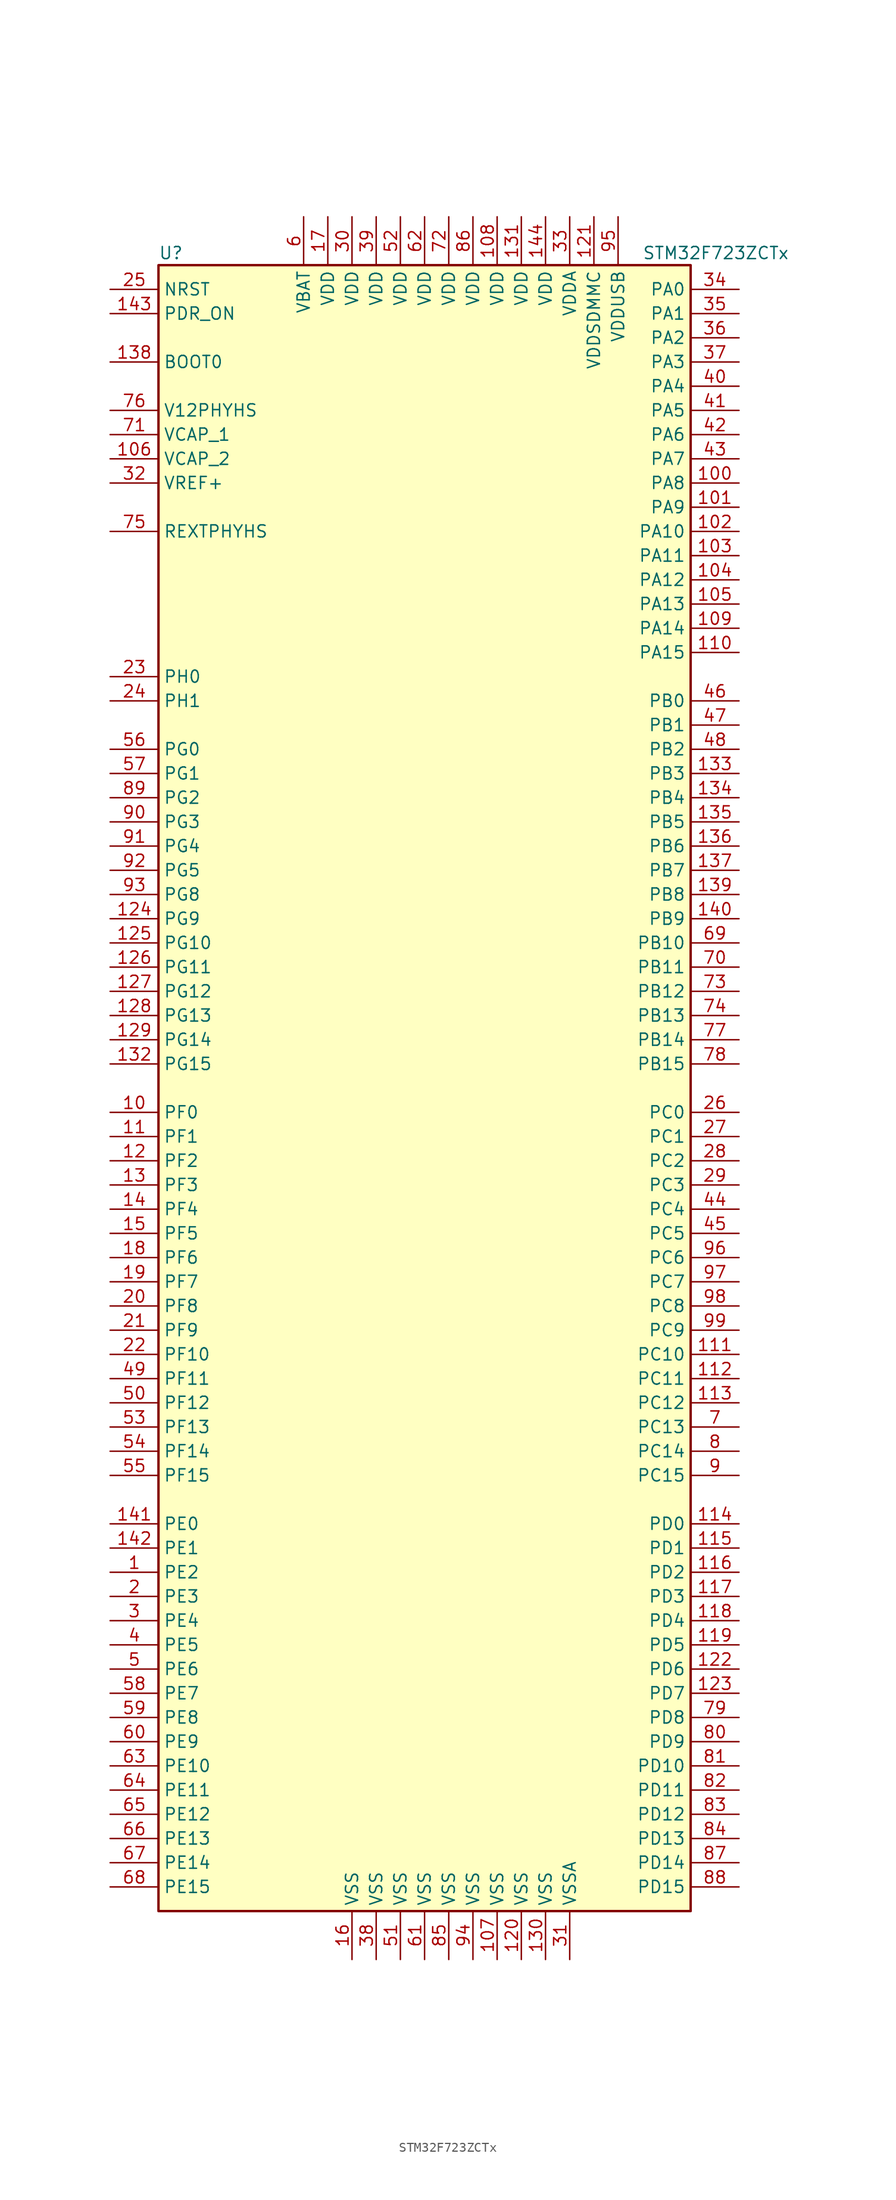
<source format=kicad_sym>
(kicad_symbol_lib
  (version 20220914)
  (generator kicad_symbol_editor)
  (symbol "STM32F723ZCTx"
    (property "Reference" "U"
      (at -27.94 87.63 0)
      (effects (font (size 1.27 1.27)) (justify left)))
    (property "Value" "STM32F723ZCTx"
      (at 22.86 87.63 0)
      (effects (font (size 1.27 1.27)) (justify left)))
    (symbol "STM32F723ZCTx_0_1"
      (rectangle (start -27.94 -86.36) (end 27.94 86.36) (stroke (width 0.254) (type default)) (fill (type background))))
    (symbol "STM32F723ZCTx_1_1"
      (pin bidirectional line (at -33.02 -50.8 0) (length 5.08) (name "PE2" (effects (font (size 1.27 1.27)))) (number "1" (effects (font (size 1.27 1.27)))))
      (pin bidirectional line (at -33.02 -2.54 0) (length 5.08) (name "PF0" (effects (font (size 1.27 1.27)))) (number "10" (effects (font (size 1.27 1.27)))))
      (pin bidirectional line (at 33.02 63.5 180) (length 5.08) (name "PA8" (effects (font (size 1.27 1.27)))) (number "100" (effects (font (size 1.27 1.27)))))
      (pin bidirectional line (at 33.02 60.96 180) (length 5.08) (name "PA9" (effects (font (size 1.27 1.27)))) (number "101" (effects (font (size 1.27 1.27)))))
      (pin bidirectional line (at 33.02 58.42 180) (length 5.08) (name "PA10" (effects (font (size 1.27 1.27)))) (number "102" (effects (font (size 1.27 1.27)))))
      (pin bidirectional line (at 33.02 55.88 180) (length 5.08) (name "PA11" (effects (font (size 1.27 1.27)))) (number "103" (effects (font (size 1.27 1.27)))))
      (pin bidirectional line (at 33.02 53.34 180) (length 5.08) (name "PA12" (effects (font (size 1.27 1.27)))) (number "104" (effects (font (size 1.27 1.27)))))
      (pin bidirectional line (at 33.02 50.8 180) (length 5.08) (name "PA13" (effects (font (size 1.27 1.27)))) (number "105" (effects (font (size 1.27 1.27)))))
      (pin power_in line (at -33.02 66.04 0) (length 5.08) (name "VCAP_2" (effects (font (size 1.27 1.27)))) (number "106" (effects (font (size 1.27 1.27)))))
      (pin power_in line (at 7.62 -91.44 90) (length 5.08) (name "VSS" (effects (font (size 1.27 1.27)))) (number "107" (effects (font (size 1.27 1.27)))))
      (pin power_in line (at 7.62 91.44 270) (length 5.08) (name "VDD" (effects (font (size 1.27 1.27)))) (number "108" (effects (font (size 1.27 1.27)))))
      (pin bidirectional line (at 33.02 48.26 180) (length 5.08) (name "PA14" (effects (font (size 1.27 1.27)))) (number "109" (effects (font (size 1.27 1.27)))))
      (pin bidirectional line (at -33.02 -5.08 0) (length 5.08) (name "PF1" (effects (font (size 1.27 1.27)))) (number "11" (effects (font (size 1.27 1.27)))))
      (pin bidirectional line (at 33.02 45.72 180) (length 5.08) (name "PA15" (effects (font (size 1.27 1.27)))) (number "110" (effects (font (size 1.27 1.27)))))
      (pin bidirectional line (at 33.02 -27.94 180) (length 5.08) (name "PC10" (effects (font (size 1.27 1.27)))) (number "111" (effects (font (size 1.27 1.27)))))
      (pin bidirectional line (at 33.02 -30.48 180) (length 5.08) (name "PC11" (effects (font (size 1.27 1.27)))) (number "112" (effects (font (size 1.27 1.27)))))
      (pin bidirectional line (at 33.02 -33.02 180) (length 5.08) (name "PC12" (effects (font (size 1.27 1.27)))) (number "113" (effects (font (size 1.27 1.27)))))
      (pin bidirectional line (at 33.02 -45.72 180) (length 5.08) (name "PD0" (effects (font (size 1.27 1.27)))) (number "114" (effects (font (size 1.27 1.27)))))
      (pin bidirectional line (at 33.02 -48.26 180) (length 5.08) (name "PD1" (effects (font (size 1.27 1.27)))) (number "115" (effects (font (size 1.27 1.27)))))
      (pin bidirectional line (at 33.02 -50.8 180) (length 5.08) (name "PD2" (effects (font (size 1.27 1.27)))) (number "116" (effects (font (size 1.27 1.27)))))
      (pin bidirectional line (at 33.02 -53.34 180) (length 5.08) (name "PD3" (effects (font (size 1.27 1.27)))) (number "117" (effects (font (size 1.27 1.27)))))
      (pin bidirectional line (at 33.02 -55.88 180) (length 5.08) (name "PD4" (effects (font (size 1.27 1.27)))) (number "118" (effects (font (size 1.27 1.27)))))
      (pin bidirectional line (at 33.02 -58.42 180) (length 5.08) (name "PD5" (effects (font (size 1.27 1.27)))) (number "119" (effects (font (size 1.27 1.27)))))
      (pin bidirectional line (at -33.02 -7.62 0) (length 5.08) (name "PF2" (effects (font (size 1.27 1.27)))) (number "12" (effects (font (size 1.27 1.27)))))
      (pin power_in line (at 10.16 -91.44 90) (length 5.08) (name "VSS" (effects (font (size 1.27 1.27)))) (number "120" (effects (font (size 1.27 1.27)))))
      (pin power_in line (at 17.78 91.44 270) (length 5.08) (name "VDDSDMMC" (effects (font (size 1.27 1.27)))) (number "121" (effects (font (size 1.27 1.27)))))
      (pin bidirectional line (at 33.02 -60.96 180) (length 5.08) (name "PD6" (effects (font (size 1.27 1.27)))) (number "122" (effects (font (size 1.27 1.27)))))
      (pin bidirectional line (at 33.02 -63.5 180) (length 5.08) (name "PD7" (effects (font (size 1.27 1.27)))) (number "123" (effects (font (size 1.27 1.27)))))
      (pin bidirectional line (at -33.02 17.78 0) (length 5.08) (name "PG9" (effects (font (size 1.27 1.27)))) (number "124" (effects (font (size 1.27 1.27)))))
      (pin bidirectional line (at -33.02 15.24 0) (length 5.08) (name "PG10" (effects (font (size 1.27 1.27)))) (number "125" (effects (font (size 1.27 1.27)))))
      (pin bidirectional line (at -33.02 12.7 0) (length 5.08) (name "PG11" (effects (font (size 1.27 1.27)))) (number "126" (effects (font (size 1.27 1.27)))))
      (pin bidirectional line (at -33.02 10.16 0) (length 5.08) (name "PG12" (effects (font (size 1.27 1.27)))) (number "127" (effects (font (size 1.27 1.27)))))
      (pin bidirectional line (at -33.02 7.62 0) (length 5.08) (name "PG13" (effects (font (size 1.27 1.27)))) (number "128" (effects (font (size 1.27 1.27)))))
      (pin bidirectional line (at -33.02 5.08 0) (length 5.08) (name "PG14" (effects (font (size 1.27 1.27)))) (number "129" (effects (font (size 1.27 1.27)))))
      (pin bidirectional line (at -33.02 -10.16 0) (length 5.08) (name "PF3" (effects (font (size 1.27 1.27)))) (number "13" (effects (font (size 1.27 1.27)))))
      (pin power_in line (at 12.7 -91.44 90) (length 5.08) (name "VSS" (effects (font (size 1.27 1.27)))) (number "130" (effects (font (size 1.27 1.27)))))
      (pin power_in line (at 10.16 91.44 270) (length 5.08) (name "VDD" (effects (font (size 1.27 1.27)))) (number "131" (effects (font (size 1.27 1.27)))))
      (pin bidirectional line (at -33.02 2.54 0) (length 5.08) (name "PG15" (effects (font (size 1.27 1.27)))) (number "132" (effects (font (size 1.27 1.27)))))
      (pin bidirectional line (at 33.02 33.02 180) (length 5.08) (name "PB3" (effects (font (size 1.27 1.27)))) (number "133" (effects (font (size 1.27 1.27)))))
      (pin bidirectional line (at 33.02 30.48 180) (length 5.08) (name "PB4" (effects (font (size 1.27 1.27)))) (number "134" (effects (font (size 1.27 1.27)))))
      (pin bidirectional line (at 33.02 27.94 180) (length 5.08) (name "PB5" (effects (font (size 1.27 1.27)))) (number "135" (effects (font (size 1.27 1.27)))))
      (pin bidirectional line (at 33.02 25.4 180) (length 5.08) (name "PB6" (effects (font (size 1.27 1.27)))) (number "136" (effects (font (size 1.27 1.27)))))
      (pin bidirectional line (at 33.02 22.86 180) (length 5.08) (name "PB7" (effects (font (size 1.27 1.27)))) (number "137" (effects (font (size 1.27 1.27)))))
      (pin input line (at -33.02 76.2 0) (length 5.08) (name "BOOT0" (effects (font (size 1.27 1.27)))) (number "138" (effects (font (size 1.27 1.27)))))
      (pin bidirectional line (at 33.02 20.32 180) (length 5.08) (name "PB8" (effects (font (size 1.27 1.27)))) (number "139" (effects (font (size 1.27 1.27)))))
      (pin bidirectional line (at -33.02 -12.7 0) (length 5.08) (name "PF4" (effects (font (size 1.27 1.27)))) (number "14" (effects (font (size 1.27 1.27)))))
      (pin bidirectional line (at 33.02 17.78 180) (length 5.08) (name "PB9" (effects (font (size 1.27 1.27)))) (number "140" (effects (font (size 1.27 1.27)))))
      (pin bidirectional line (at -33.02 -45.72 0) (length 5.08) (name "PE0" (effects (font (size 1.27 1.27)))) (number "141" (effects (font (size 1.27 1.27)))))
      (pin bidirectional line (at -33.02 -48.26 0) (length 5.08) (name "PE1" (effects (font (size 1.27 1.27)))) (number "142" (effects (font (size 1.27 1.27)))))
      (pin input line (at -33.02 81.28 0) (length 5.08) (name "PDR_ON" (effects (font (size 1.27 1.27)))) (number "143" (effects (font (size 1.27 1.27)))))
      (pin power_in line (at 12.7 91.44 270) (length 5.08) (name "VDD" (effects (font (size 1.27 1.27)))) (number "144" (effects (font (size 1.27 1.27)))))
      (pin bidirectional line (at -33.02 -15.24 0) (length 5.08) (name "PF5" (effects (font (size 1.27 1.27)))) (number "15" (effects (font (size 1.27 1.27)))))
      (pin power_in line (at -7.62 -91.44 90) (length 5.08) (name "VSS" (effects (font (size 1.27 1.27)))) (number "16" (effects (font (size 1.27 1.27)))))
      (pin power_in line (at -10.16 91.44 270) (length 5.08) (name "VDD" (effects (font (size 1.27 1.27)))) (number "17" (effects (font (size 1.27 1.27)))))
      (pin bidirectional line (at -33.02 -17.78 0) (length 5.08) (name "PF6" (effects (font (size 1.27 1.27)))) (number "18" (effects (font (size 1.27 1.27)))))
      (pin bidirectional line (at -33.02 -20.32 0) (length 5.08) (name "PF7" (effects (font (size 1.27 1.27)))) (number "19" (effects (font (size 1.27 1.27)))))
      (pin bidirectional line (at -33.02 -53.34 0) (length 5.08) (name "PE3" (effects (font (size 1.27 1.27)))) (number "2" (effects (font (size 1.27 1.27)))))
      (pin bidirectional line (at -33.02 -22.86 0) (length 5.08) (name "PF8" (effects (font (size 1.27 1.27)))) (number "20" (effects (font (size 1.27 1.27)))))
      (pin bidirectional line (at -33.02 -25.4 0) (length 5.08) (name "PF9" (effects (font (size 1.27 1.27)))) (number "21" (effects (font (size 1.27 1.27)))))
      (pin bidirectional line (at -33.02 -27.94 0) (length 5.08) (name "PF10" (effects (font (size 1.27 1.27)))) (number "22" (effects (font (size 1.27 1.27)))))
      (pin input line (at -33.02 43.18 0) (length 5.08) (name "PH0" (effects (font (size 1.27 1.27)))) (number "23" (effects (font (size 1.27 1.27)))))
      (pin input line (at -33.02 40.64 0) (length 5.08) (name "PH1" (effects (font (size 1.27 1.27)))) (number "24" (effects (font (size 1.27 1.27)))))
      (pin input line (at -33.02 83.82 0) (length 5.08) (name "NRST" (effects (font (size 1.27 1.27)))) (number "25" (effects (font (size 1.27 1.27)))))
      (pin bidirectional line (at 33.02 -2.54 180) (length 5.08) (name "PC0" (effects (font (size 1.27 1.27)))) (number "26" (effects (font (size 1.27 1.27)))))
      (pin bidirectional line (at 33.02 -5.08 180) (length 5.08) (name "PC1" (effects (font (size 1.27 1.27)))) (number "27" (effects (font (size 1.27 1.27)))))
      (pin bidirectional line (at 33.02 -7.62 180) (length 5.08) (name "PC2" (effects (font (size 1.27 1.27)))) (number "28" (effects (font (size 1.27 1.27)))))
      (pin bidirectional line (at 33.02 -10.16 180) (length 5.08) (name "PC3" (effects (font (size 1.27 1.27)))) (number "29" (effects (font (size 1.27 1.27)))))
      (pin bidirectional line (at -33.02 -55.88 0) (length 5.08) (name "PE4" (effects (font (size 1.27 1.27)))) (number "3" (effects (font (size 1.27 1.27)))))
      (pin power_in line (at -7.62 91.44 270) (length 5.08) (name "VDD" (effects (font (size 1.27 1.27)))) (number "30" (effects (font (size 1.27 1.27)))))
      (pin power_in line (at 15.24 -91.44 90) (length 5.08) (name "VSSA" (effects (font (size 1.27 1.27)))) (number "31" (effects (font (size 1.27 1.27)))))
      (pin power_in line (at -33.02 63.5 0) (length 5.08) (name "VREF+" (effects (font (size 1.27 1.27)))) (number "32" (effects (font (size 1.27 1.27)))))
      (pin power_in line (at 15.24 91.44 270) (length 5.08) (name "VDDA" (effects (font (size 1.27 1.27)))) (number "33" (effects (font (size 1.27 1.27)))))
      (pin bidirectional line (at 33.02 83.82 180) (length 5.08) (name "PA0" (effects (font (size 1.27 1.27)))) (number "34" (effects (font (size 1.27 1.27)))))
      (pin bidirectional line (at 33.02 81.28 180) (length 5.08) (name "PA1" (effects (font (size 1.27 1.27)))) (number "35" (effects (font (size 1.27 1.27)))))
      (pin bidirectional line (at 33.02 78.74 180) (length 5.08) (name "PA2" (effects (font (size 1.27 1.27)))) (number "36" (effects (font (size 1.27 1.27)))))
      (pin bidirectional line (at 33.02 76.2 180) (length 5.08) (name "PA3" (effects (font (size 1.27 1.27)))) (number "37" (effects (font (size 1.27 1.27)))))
      (pin power_in line (at -5.08 -91.44 90) (length 5.08) (name "VSS" (effects (font (size 1.27 1.27)))) (number "38" (effects (font (size 1.27 1.27)))))
      (pin power_in line (at -5.08 91.44 270) (length 5.08) (name "VDD" (effects (font (size 1.27 1.27)))) (number "39" (effects (font (size 1.27 1.27)))))
      (pin bidirectional line (at -33.02 -58.42 0) (length 5.08) (name "PE5" (effects (font (size 1.27 1.27)))) (number "4" (effects (font (size 1.27 1.27)))))
      (pin bidirectional line (at 33.02 73.66 180) (length 5.08) (name "PA4" (effects (font (size 1.27 1.27)))) (number "40" (effects (font (size 1.27 1.27)))))
      (pin bidirectional line (at 33.02 71.12 180) (length 5.08) (name "PA5" (effects (font (size 1.27 1.27)))) (number "41" (effects (font (size 1.27 1.27)))))
      (pin bidirectional line (at 33.02 68.58 180) (length 5.08) (name "PA6" (effects (font (size 1.27 1.27)))) (number "42" (effects (font (size 1.27 1.27)))))
      (pin bidirectional line (at 33.02 66.04 180) (length 5.08) (name "PA7" (effects (font (size 1.27 1.27)))) (number "43" (effects (font (size 1.27 1.27)))))
      (pin bidirectional line (at 33.02 -12.7 180) (length 5.08) (name "PC4" (effects (font (size 1.27 1.27)))) (number "44" (effects (font (size 1.27 1.27)))))
      (pin bidirectional line (at 33.02 -15.24 180) (length 5.08) (name "PC5" (effects (font (size 1.27 1.27)))) (number "45" (effects (font (size 1.27 1.27)))))
      (pin bidirectional line (at 33.02 40.64 180) (length 5.08) (name "PB0" (effects (font (size 1.27 1.27)))) (number "46" (effects (font (size 1.27 1.27)))))
      (pin bidirectional line (at 33.02 38.1 180) (length 5.08) (name "PB1" (effects (font (size 1.27 1.27)))) (number "47" (effects (font (size 1.27 1.27)))))
      (pin bidirectional line (at 33.02 35.56 180) (length 5.08) (name "PB2" (effects (font (size 1.27 1.27)))) (number "48" (effects (font (size 1.27 1.27)))))
      (pin bidirectional line (at -33.02 -30.48 0) (length 5.08) (name "PF11" (effects (font (size 1.27 1.27)))) (number "49" (effects (font (size 1.27 1.27)))))
      (pin bidirectional line (at -33.02 -60.96 0) (length 5.08) (name "PE6" (effects (font (size 1.27 1.27)))) (number "5" (effects (font (size 1.27 1.27)))))
      (pin bidirectional line (at -33.02 -33.02 0) (length 5.08) (name "PF12" (effects (font (size 1.27 1.27)))) (number "50" (effects (font (size 1.27 1.27)))))
      (pin power_in line (at -2.54 -91.44 90) (length 5.08) (name "VSS" (effects (font (size 1.27 1.27)))) (number "51" (effects (font (size 1.27 1.27)))))
      (pin power_in line (at -2.54 91.44 270) (length 5.08) (name "VDD" (effects (font (size 1.27 1.27)))) (number "52" (effects (font (size 1.27 1.27)))))
      (pin bidirectional line (at -33.02 -35.56 0) (length 5.08) (name "PF13" (effects (font (size 1.27 1.27)))) (number "53" (effects (font (size 1.27 1.27)))))
      (pin bidirectional line (at -33.02 -38.1 0) (length 5.08) (name "PF14" (effects (font (size 1.27 1.27)))) (number "54" (effects (font (size 1.27 1.27)))))
      (pin bidirectional line (at -33.02 -40.64 0) (length 5.08) (name "PF15" (effects (font (size 1.27 1.27)))) (number "55" (effects (font (size 1.27 1.27)))))
      (pin bidirectional line (at -33.02 35.56 0) (length 5.08) (name "PG0" (effects (font (size 1.27 1.27)))) (number "56" (effects (font (size 1.27 1.27)))))
      (pin bidirectional line (at -33.02 33.02 0) (length 5.08) (name "PG1" (effects (font (size 1.27 1.27)))) (number "57" (effects (font (size 1.27 1.27)))))
      (pin bidirectional line (at -33.02 -63.5 0) (length 5.08) (name "PE7" (effects (font (size 1.27 1.27)))) (number "58" (effects (font (size 1.27 1.27)))))
      (pin bidirectional line (at -33.02 -66.04 0) (length 5.08) (name "PE8" (effects (font (size 1.27 1.27)))) (number "59" (effects (font (size 1.27 1.27)))))
      (pin power_in line (at -12.7 91.44 270) (length 5.08) (name "VBAT" (effects (font (size 1.27 1.27)))) (number "6" (effects (font (size 1.27 1.27)))))
      (pin bidirectional line (at -33.02 -68.58 0) (length 5.08) (name "PE9" (effects (font (size 1.27 1.27)))) (number "60" (effects (font (size 1.27 1.27)))))
      (pin power_in line (at 0 -91.44 90) (length 5.08) (name "VSS" (effects (font (size 1.27 1.27)))) (number "61" (effects (font (size 1.27 1.27)))))
      (pin power_in line (at 0 91.44 270) (length 5.08) (name "VDD" (effects (font (size 1.27 1.27)))) (number "62" (effects (font (size 1.27 1.27)))))
      (pin bidirectional line (at -33.02 -71.12 0) (length 5.08) (name "PE10" (effects (font (size 1.27 1.27)))) (number "63" (effects (font (size 1.27 1.27)))))
      (pin bidirectional line (at -33.02 -73.66 0) (length 5.08) (name "PE11" (effects (font (size 1.27 1.27)))) (number "64" (effects (font (size 1.27 1.27)))))
      (pin bidirectional line (at -33.02 -76.2 0) (length 5.08) (name "PE12" (effects (font (size 1.27 1.27)))) (number "65" (effects (font (size 1.27 1.27)))))
      (pin bidirectional line (at -33.02 -78.74 0) (length 5.08) (name "PE13" (effects (font (size 1.27 1.27)))) (number "66" (effects (font (size 1.27 1.27)))))
      (pin bidirectional line (at -33.02 -81.28 0) (length 5.08) (name "PE14" (effects (font (size 1.27 1.27)))) (number "67" (effects (font (size 1.27 1.27)))))
      (pin bidirectional line (at -33.02 -83.82 0) (length 5.08) (name "PE15" (effects (font (size 1.27 1.27)))) (number "68" (effects (font (size 1.27 1.27)))))
      (pin bidirectional line (at 33.02 15.24 180) (length 5.08) (name "PB10" (effects (font (size 1.27 1.27)))) (number "69" (effects (font (size 1.27 1.27)))))
      (pin bidirectional line (at 33.02 -35.56 180) (length 5.08) (name "PC13" (effects (font (size 1.27 1.27)))) (number "7" (effects (font (size 1.27 1.27)))))
      (pin bidirectional line (at 33.02 12.7 180) (length 5.08) (name "PB11" (effects (font (size 1.27 1.27)))) (number "70" (effects (font (size 1.27 1.27)))))
      (pin power_in line (at -33.02 68.58 0) (length 5.08) (name "VCAP_1" (effects (font (size 1.27 1.27)))) (number "71" (effects (font (size 1.27 1.27)))))
      (pin power_in line (at 2.54 91.44 270) (length 5.08) (name "VDD" (effects (font (size 1.27 1.27)))) (number "72" (effects (font (size 1.27 1.27)))))
      (pin bidirectional line (at 33.02 10.16 180) (length 5.08) (name "PB12" (effects (font (size 1.27 1.27)))) (number "73" (effects (font (size 1.27 1.27)))))
      (pin bidirectional line (at 33.02 7.62 180) (length 5.08) (name "PB13" (effects (font (size 1.27 1.27)))) (number "74" (effects (font (size 1.27 1.27)))))
      (pin bidirectional line (at -33.02 58.42 0) (length 5.08) (name "REXTPHYHS" (effects (font (size 1.27 1.27)))) (number "75" (effects (font (size 1.27 1.27)))))
      (pin power_in line (at -33.02 71.12 0) (length 5.08) (name "V12PHYHS" (effects (font (size 1.27 1.27)))) (number "76" (effects (font (size 1.27 1.27)))))
      (pin bidirectional line (at 33.02 5.08 180) (length 5.08) (name "PB14" (effects (font (size 1.27 1.27)))) (number "77" (effects (font (size 1.27 1.27)))))
      (pin bidirectional line (at 33.02 2.54 180) (length 5.08) (name "PB15" (effects (font (size 1.27 1.27)))) (number "78" (effects (font (size 1.27 1.27)))))
      (pin bidirectional line (at 33.02 -66.04 180) (length 5.08) (name "PD8" (effects (font (size 1.27 1.27)))) (number "79" (effects (font (size 1.27 1.27)))))
      (pin bidirectional line (at 33.02 -38.1 180) (length 5.08) (name "PC14" (effects (font (size 1.27 1.27)))) (number "8" (effects (font (size 1.27 1.27)))))
      (pin bidirectional line (at 33.02 -68.58 180) (length 5.08) (name "PD9" (effects (font (size 1.27 1.27)))) (number "80" (effects (font (size 1.27 1.27)))))
      (pin bidirectional line (at 33.02 -71.12 180) (length 5.08) (name "PD10" (effects (font (size 1.27 1.27)))) (number "81" (effects (font (size 1.27 1.27)))))
      (pin bidirectional line (at 33.02 -73.66 180) (length 5.08) (name "PD11" (effects (font (size 1.27 1.27)))) (number "82" (effects (font (size 1.27 1.27)))))
      (pin bidirectional line (at 33.02 -76.2 180) (length 5.08) (name "PD12" (effects (font (size 1.27 1.27)))) (number "83" (effects (font (size 1.27 1.27)))))
      (pin bidirectional line (at 33.02 -78.74 180) (length 5.08) (name "PD13" (effects (font (size 1.27 1.27)))) (number "84" (effects (font (size 1.27 1.27)))))
      (pin power_in line (at 2.54 -91.44 90) (length 5.08) (name "VSS" (effects (font (size 1.27 1.27)))) (number "85" (effects (font (size 1.27 1.27)))))
      (pin power_in line (at 5.08 91.44 270) (length 5.08) (name "VDD" (effects (font (size 1.27 1.27)))) (number "86" (effects (font (size 1.27 1.27)))))
      (pin bidirectional line (at 33.02 -81.28 180) (length 5.08) (name "PD14" (effects (font (size 1.27 1.27)))) (number "87" (effects (font (size 1.27 1.27)))))
      (pin bidirectional line (at 33.02 -83.82 180) (length 5.08) (name "PD15" (effects (font (size 1.27 1.27)))) (number "88" (effects (font (size 1.27 1.27)))))
      (pin bidirectional line (at -33.02 30.48 0) (length 5.08) (name "PG2" (effects (font (size 1.27 1.27)))) (number "89" (effects (font (size 1.27 1.27)))))
      (pin bidirectional line (at 33.02 -40.64 180) (length 5.08) (name "PC15" (effects (font (size 1.27 1.27)))) (number "9" (effects (font (size 1.27 1.27)))))
      (pin bidirectional line (at -33.02 27.94 0) (length 5.08) (name "PG3" (effects (font (size 1.27 1.27)))) (number "90" (effects (font (size 1.27 1.27)))))
      (pin bidirectional line (at -33.02 25.4 0) (length 5.08) (name "PG4" (effects (font (size 1.27 1.27)))) (number "91" (effects (font (size 1.27 1.27)))))
      (pin bidirectional line (at -33.02 22.86 0) (length 5.08) (name "PG5" (effects (font (size 1.27 1.27)))) (number "92" (effects (font (size 1.27 1.27)))))
      (pin bidirectional line (at -33.02 20.32 0) (length 5.08) (name "PG8" (effects (font (size 1.27 1.27)))) (number "93" (effects (font (size 1.27 1.27)))))
      (pin power_in line (at 5.08 -91.44 90) (length 5.08) (name "VSS" (effects (font (size 1.27 1.27)))) (number "94" (effects (font (size 1.27 1.27)))))
      (pin power_in line (at 20.32 91.44 270) (length 5.08) (name "VDDUSB" (effects (font (size 1.27 1.27)))) (number "95" (effects (font (size 1.27 1.27)))))
      (pin bidirectional line (at 33.02 -17.78 180) (length 5.08) (name "PC6" (effects (font (size 1.27 1.27)))) (number "96" (effects (font (size 1.27 1.27)))))
      (pin bidirectional line (at 33.02 -20.32 180) (length 5.08) (name "PC7" (effects (font (size 1.27 1.27)))) (number "97" (effects (font (size 1.27 1.27)))))
      (pin bidirectional line (at 33.02 -22.86 180) (length 5.08) (name "PC8" (effects (font (size 1.27 1.27)))) (number "98" (effects (font (size 1.27 1.27)))))
      (pin bidirectional line (at 33.02 -25.4 180) (length 5.08) (name "PC9" (effects (font (size 1.27 1.27)))) (number "99" (effects (font (size 1.27 1.27))))))))
</source>
